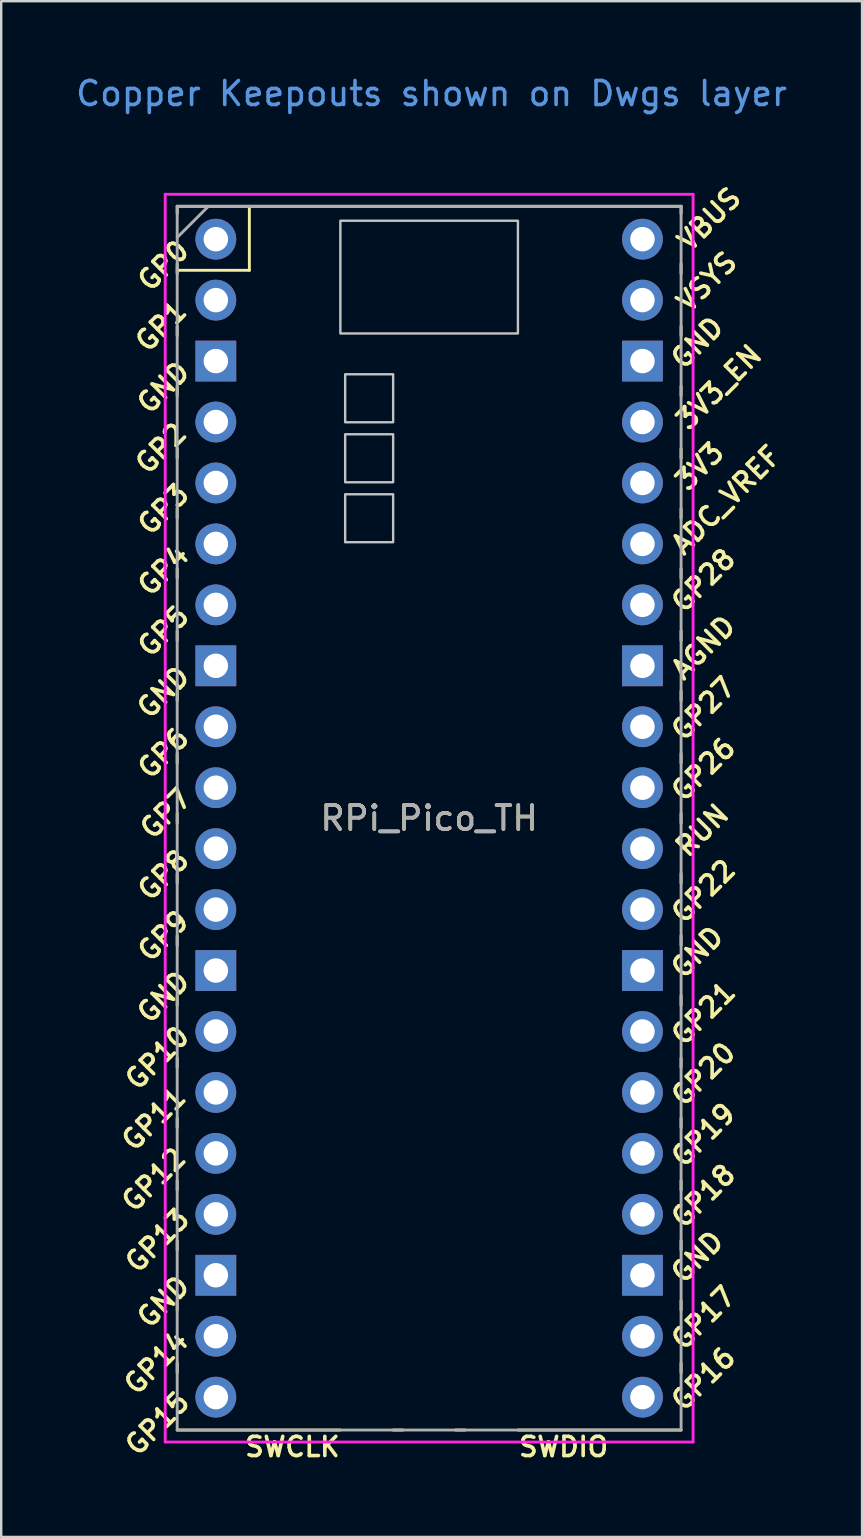
<source format=kicad_pcb>
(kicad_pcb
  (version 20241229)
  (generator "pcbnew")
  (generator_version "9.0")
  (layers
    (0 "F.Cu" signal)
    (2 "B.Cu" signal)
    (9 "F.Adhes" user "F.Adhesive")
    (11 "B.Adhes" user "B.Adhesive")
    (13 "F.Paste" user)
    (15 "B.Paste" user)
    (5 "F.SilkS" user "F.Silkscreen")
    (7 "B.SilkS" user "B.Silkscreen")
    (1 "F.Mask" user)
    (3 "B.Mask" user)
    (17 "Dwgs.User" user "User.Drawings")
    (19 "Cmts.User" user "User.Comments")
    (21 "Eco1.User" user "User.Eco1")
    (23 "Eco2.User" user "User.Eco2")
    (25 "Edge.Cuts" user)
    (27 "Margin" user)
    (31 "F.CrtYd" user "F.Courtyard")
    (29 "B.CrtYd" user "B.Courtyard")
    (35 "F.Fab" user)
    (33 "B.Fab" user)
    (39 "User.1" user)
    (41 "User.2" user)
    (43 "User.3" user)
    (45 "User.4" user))
  (footprint "RPi_Pico_TH"
    (layer "F.Cu")
    (at 14.835 31.048)
    (property "Reference" "RPi_Pico_TH" (at 0 0 180) (layer "F.SilkS") (effects (font (size 1 1) (thickness 0.15))))
    (attr through_hole)
    (fp_line (start -10.5 -25.5) (end -10.5 -25.2) (stroke (width 0.12) (type solid)) (layer "F.SilkS"))
    (fp_line (start -10.5 -25.5) (end 10.5 -25.5) (stroke (width 0.12) (type solid)) (layer "F.SilkS"))
    (fp_line (start -10.5 -23.1) (end -10.5 -22.7) (stroke (width 0.12) (type solid)) (layer "F.SilkS"))
    (fp_line (start -10.5 -22.833) (end -7.493 -22.833) (stroke (width 0.12) (type solid)) (layer "F.SilkS"))
    (fp_line (start -10.5 -20.5) (end -10.5 -20.1) (stroke (width 0.12) (type solid)) (layer "F.SilkS"))
    (fp_line (start -10.5 -18) (end -10.5 -17.6) (stroke (width 0.12) (type solid)) (layer "F.SilkS"))
    (fp_line (start -10.5 -15.4) (end -10.5 -15) (stroke (width 0.12) (type solid)) (layer "F.SilkS"))
    (fp_line (start -10.5 -12.9) (end -10.5 -12.5) (stroke (width 0.12) (type solid)) (layer "F.SilkS"))
    (fp_line (start -10.5 -10.4) (end -10.5 -10) (stroke (width 0.12) (type solid)) (layer "F.SilkS"))
    (fp_line (start -10.5 -7.8) (end -10.5 -7.4) (stroke (width 0.12) (type solid)) (layer "F.SilkS"))
    (fp_line (start -10.5 -5.3) (end -10.5 -4.9) (stroke (width 0.12) (type solid)) (layer "F.SilkS"))
    (fp_line (start -10.5 -2.7) (end -10.5 -2.3) (stroke (width 0.12) (type solid)) (layer "F.SilkS"))
    (fp_line (start -10.5 -0.2) (end -10.5 0.2) (stroke (width 0.12) (type solid)) (layer "F.SilkS"))
    (fp_line (start -10.5 2.3) (end -10.5 2.7) (stroke (width 0.12) (type solid)) (layer "F.SilkS"))
    (fp_line (start -10.5 4.9) (end -10.5 5.3) (stroke (width 0.12) (type solid)) (layer "F.SilkS"))
    (fp_line (start -10.5 7.4) (end -10.5 7.8) (stroke (width 0.12) (type solid)) (layer "F.SilkS"))
    (fp_line (start -10.5 10) (end -10.5 10.4) (stroke (width 0.12) (type solid)) (layer "F.SilkS"))
    (fp_line (start -10.5 12.5) (end -10.5 12.9) (stroke (width 0.12) (type solid)) (layer "F.SilkS"))
    (fp_line (start -10.5 15.1) (end -10.5 15.5) (stroke (width 0.12) (type solid)) (layer "F.SilkS"))
    (fp_line (start -10.5 17.6) (end -10.5 18) (stroke (width 0.12) (type solid)) (layer "F.SilkS"))
    (fp_line (start -10.5 20.1) (end -10.5 20.5) (stroke (width 0.12) (type solid)) (layer "F.SilkS"))
    (fp_line (start -10.5 22.7) (end -10.5 23.1) (stroke (width 0.12) (type solid)) (layer "F.SilkS"))
    (fp_line (start -7.493 -22.833) (end -7.493 -25.5) (stroke (width 0.12) (type solid)) (layer "F.SilkS"))
    (fp_line (start -3.7 25.5) (end -10.5 25.5) (stroke (width 0.12) (type solid)) (layer "F.SilkS"))
    (fp_line (start -1.5 25.5) (end -1.1 25.5) (stroke (width 0.12) (type solid)) (layer "F.SilkS"))
    (fp_line (start 1.1 25.5) (end 1.5 25.5) (stroke (width 0.12) (type solid)) (layer "F.SilkS"))
    (fp_line (start 10.5 -25.5) (end 10.5 -25.2) (stroke (width 0.12) (type solid)) (layer "F.SilkS"))
    (fp_line (start 10.5 -23.1) (end 10.5 -22.7) (stroke (width 0.12) (type solid)) (layer "F.SilkS"))
    (fp_line (start 10.5 -20.5) (end 10.5 -20.1) (stroke (width 0.12) (type solid)) (layer "F.SilkS"))
    (fp_line (start 10.5 -18) (end 10.5 -17.6) (stroke (width 0.12) (type solid)) (layer "F.SilkS"))
    (fp_line (start 10.5 -15.4) (end 10.5 -15) (stroke (width 0.12) (type solid)) (layer "F.SilkS"))
    (fp_line (start 10.5 -12.9) (end 10.5 -12.5) (stroke (width 0.12) (type solid)) (layer "F.SilkS"))
    (fp_line (start 10.5 -10.4) (end 10.5 -10) (stroke (width 0.12) (type solid)) (layer "F.SilkS"))
    (fp_line (start 10.5 -7.8) (end 10.5 -7.4) (stroke (width 0.12) (type solid)) (layer "F.SilkS"))
    (fp_line (start 10.5 -5.3) (end 10.5 -4.9) (stroke (width 0.12) (type solid)) (layer "F.SilkS"))
    (fp_line (start 10.5 -2.7) (end 10.5 -2.3) (stroke (width 0.12) (type solid)) (layer "F.SilkS"))
    (fp_line (start 10.5 -0.2) (end 10.5 0.2) (stroke (width 0.12) (type solid)) (layer "F.SilkS"))
    (fp_line (start 10.5 2.3) (end 10.5 2.7) (stroke (width 0.12) (type solid)) (layer "F.SilkS"))
    (fp_line (start 10.5 4.9) (end 10.5 5.3) (stroke (width 0.12) (type solid)) (layer "F.SilkS"))
    (fp_line (start 10.5 7.4) (end 10.5 7.8) (stroke (width 0.12) (type solid)) (layer "F.SilkS"))
    (fp_line (start 10.5 10) (end 10.5 10.4) (stroke (width 0.12) (type solid)) (layer "F.SilkS"))
    (fp_line (start 10.5 12.5) (end 10.5 12.9) (stroke (width 0.12) (type solid)) (layer "F.SilkS"))
    (fp_line (start 10.5 15.1) (end 10.5 15.5) (stroke (width 0.12) (type solid)) (layer "F.SilkS"))
    (fp_line (start 10.5 17.6) (end 10.5 18) (stroke (width 0.12) (type solid)) (layer "F.SilkS"))
    (fp_line (start 10.5 20.1) (end 10.5 20.5) (stroke (width 0.12) (type solid)) (layer "F.SilkS"))
    (fp_line (start 10.5 22.7) (end 10.5 23.1) (stroke (width 0.12) (type solid)) (layer "F.SilkS"))
    (fp_line (start 10.5 25.5) (end 3.7 25.5) (stroke (width 0.12) (type solid)) (layer "F.SilkS"))
    (fp_poly (pts (xy -1.5 -16.5) (xy -3.5 -16.5) (xy -3.5 -18.5) (xy -1.5 -18.5)) (stroke (width 0.1) (type solid)) (fill no) (layer "Dwgs.User"))
    (fp_poly (pts (xy -1.5 -14) (xy -3.5 -14) (xy -3.5 -16) (xy -1.5 -16)) (stroke (width 0.1) (type solid)) (fill no) (layer "Dwgs.User"))
    (fp_poly (pts (xy -1.5 -11.5) (xy -3.5 -11.5) (xy -3.5 -13.5) (xy -1.5 -13.5)) (stroke (width 0.1) (type solid)) (fill no) (layer "Dwgs.User"))
    (fp_poly (pts (xy 3.7 -20.2) (xy -3.7 -20.2) (xy -3.7 -24.9) (xy 3.7 -24.9)) (stroke (width 0.1) (type solid)) (fill no) (layer "Dwgs.User"))
    (fp_line (start -11 -26) (end 11 -26) (stroke (width 0.12) (type solid)) (layer "F.CrtYd"))
    (fp_line (start -11 26) (end -11 -26) (stroke (width 0.12) (type solid)) (layer "F.CrtYd"))
    (fp_line (start 11 -26) (end 11 26) (stroke (width 0.12) (type solid)) (layer "F.CrtYd"))
    (fp_line (start 11 26) (end -11 26) (stroke (width 0.12) (type solid)) (layer "F.CrtYd"))
    (fp_line (start -10.5 -25.5) (end 10.5 -25.5) (stroke (width 0.12) (type solid)) (layer "F.Fab"))
    (fp_line (start -10.5 -24.2) (end -9.2 -25.5) (stroke (width 0.12) (type solid)) (layer "F.Fab"))
    (fp_line (start -10.5 25.5) (end -10.5 -25.5) (stroke (width 0.12) (type solid)) (layer "F.Fab"))
    (fp_line (start 10.5 -25.5) (end 10.5 25.5) (stroke (width 0.12) (type solid)) (layer "F.Fab"))
    (fp_line (start 10.5 25.5) (end -10.5 25.5) (stroke (width 0.12) (type solid)) (layer "F.Fab"))
    (fp_text user "GP8" (at -11.076 2.37 225) (layer "F.SilkS") (effects (font (size 0.8 0.8) (thickness 0.15))))
    (fp_text user "GP12" (at -11.476 15.07 225) (layer "F.SilkS") (effects (font (size 0.8 0.8) (thickness 0.15))))
    (fp_text user "3V3" (at 11.276 -14.662 225) (layer "F.SilkS") (effects (font (size 0.8 0.8) (thickness 0.15))))
    (fp_text user "GP28" (at 11.43 -9.906 225) (layer "F.SilkS") (effects (font (size 0.8 0.8) (thickness 0.15))))
    (fp_text user "GP20" (at 11.43 10.668 225) (layer "F.SilkS") (effects (font (size 0.8 0.8) (thickness 0.15))))
    (fp_text user "GP14" (at -11.376 22.69 225) (layer "F.SilkS") (effects (font (size 0.8 0.8) (thickness 0.15))))
    (fp_text user "GND" (at -11.076 -17.95 225) (layer "F.SilkS") (effects (font (size 0.8 0.8) (thickness 0.15))))
    (fp_text user "VBUS" (at 11.676 -24.962 225) (layer "F.SilkS") (effects (font (size 0.8 0.8) (thickness 0.15))))
    (fp_text user "SWCLK" (at -5.7 26.2 180) (layer "F.SilkS") (effects (font (size 0.8 0.8) (thickness 0.15))))
    (fp_text user "GP19" (at 11.43 13.208 225) (layer "F.SilkS") (effects (font (size 0.8 0.8) (thickness 0.15))))
    (fp_text user "GP0" (at -11.076 -23.03 225) (layer "F.SilkS") (effects (font (size 0.8 0.8) (thickness 0.15))))
    (fp_text user "GP3" (at -11.076 -12.87 225) (layer "F.SilkS") (effects (font (size 0.8 0.8) (thickness 0.15))))
    (fp_text user "GND" (at -11.076 -5.25 225) (layer "F.SilkS") (effects (font (size 0.8 0.8) (thickness 0.15))))
    (fp_text user "VSYS" (at 11.576 -22.352 225) (layer "F.SilkS") (effects (font (size 0.8 0.8) (thickness 0.15))))
    (fp_text user "ADC_VREF" (at 12.376 -13.262 225) (layer "F.SilkS") (effects (font (size 0.8 0.8) (thickness 0.15))))
    (fp_text user "GP13" (at -11.33 17.61 225) (layer "F.SilkS") (effects (font (size 0.8 0.8) (thickness 0.15))))
    (fp_text user "GP5" (at -11.076 -7.79 225) (layer "F.SilkS") (effects (font (size 0.8 0.8) (thickness 0.15))))
    (fp_text user "GP18" (at 11.43 15.748 225) (layer "F.SilkS") (effects (font (size 0.8 0.8) (thickness 0.15))))
    (fp_text user "GP11" (at -11.476 12.53 225) (layer "F.SilkS") (effects (font (size 0.8 0.8) (thickness 0.15))))
    (fp_text user "GP4" (at -11.076 -10.33 225) (layer "F.SilkS") (effects (font (size 0.8 0.8) (thickness 0.15))))
    (fp_text user "GP9" (at -11.076 4.91 225) (layer "F.SilkS") (effects (font (size 0.8 0.8) (thickness 0.15))))
    (fp_text user "GP2" (at -11.176 -15.41 225) (layer "F.SilkS") (effects (font (size 0.8 0.8) (thickness 0.15))))
    (fp_text user "GND" (at 11.176 -19.812 225) (layer "F.SilkS") (effects (font (size 0.8 0.8) (thickness 0.15))))
    (fp_text user "GP6" (at -11.076 -2.71 225) (layer "F.SilkS") (effects (font (size 0.8 0.8) (thickness 0.15))))
    (fp_text user "RUN" (at 11.376 0.508 225) (layer "F.SilkS") (effects (font (size 0.8 0.8) (thickness 0.15))))
    (fp_text user "GP7" (at -10.976 -0.2 225) (layer "F.SilkS") (effects (font (size 0.8 0.8) (thickness 0.15))))
    (fp_text user "GP17" (at 11.43 20.828 225) (layer "F.SilkS") (effects (font (size 0.8 0.8) (thickness 0.15))))
    (fp_text user "GND" (at -11.076 7.45 225) (layer "F.SilkS") (effects (font (size 0.8 0.8) (thickness 0.15))))
    (fp_text user "SWDIO" (at 5.6 26.2 180) (layer "F.SilkS") (effects (font (size 0.8 0.8) (thickness 0.15))))
    (fp_text user "GP22" (at 11.43 3.048 225) (layer "F.SilkS") (effects (font (size 0.8 0.8) (thickness 0.15))))
    (fp_text user "3V3_EN" (at 12.076 -17.962 225) (layer "F.SilkS") (effects (font (size 0.8 0.8) (thickness 0.15))))
    (fp_text user "GND" (at 11.176 5.588 225) (layer "F.SilkS") (effects (font (size 0.8 0.8) (thickness 0.15))))
    (fp_text user "GP21" (at 11.43 8.138 225) (layer "F.SilkS") (effects (font (size 0.8 0.8) (thickness 0.15))))
    (fp_text user "GP26" (at 11.43 -2.032 225) (layer "F.SilkS") (effects (font (size 0.8 0.8) (thickness 0.15))))
    (fp_text user "GP10" (at -11.33 9.99 225) (layer "F.SilkS") (effects (font (size 0.8 0.8) (thickness 0.15))))
    (fp_text user "GP1" (at -11.176 -20.5 225) (layer "F.SilkS") (effects (font (size 0.8 0.8) (thickness 0.15))))
    (fp_text user "GP16" (at 11.43 23.368 225) (layer "F.SilkS") (effects (font (size 0.8 0.8) (thickness 0.15))))
    (fp_text user "GND" (at -11.076 20.15 225) (layer "F.SilkS") (effects (font (size 0.8 0.8) (thickness 0.15))))
    (fp_text user "GP27" (at 11.43 -4.562 225) (layer "F.SilkS") (effects (font (size 0.8 0.8) (thickness 0.15))))
    (fp_text user "AGND" (at 11.43 -7.112 225) (layer "F.SilkS") (effects (font (size 0.8 0.8) (thickness 0.15))))
    (fp_text user "GND" (at 11.176 18.288 225) (layer "F.SilkS") (effects (font (size 0.8 0.8) (thickness 0.15))))
    (fp_text user "GP15" (at -11.33 25.23 225) (layer "F.SilkS") (effects (font (size 0.8 0.8) (thickness 0.15))))
    (fp_text user "Copper Keepouts shown on Dwgs layer" (at 0.1 -30.2 180) (layer "Cmts.User") (effects (font (size 1 1) (thickness 0.15))))
    (fp_text user "${REFERENCE}" (at 0 0 180) (layer "F.Fab") (effects (font (size 1 1) (thickness 0.15))))
    (pad "1" thru_hole oval (at -8.89 -24.13) (size 1.7 1.7) (drill 1.02) (layers "*.Cu" "*.Mask"))
    (pad "2" thru_hole oval (at -8.89 -21.59) (size 1.7 1.7) (drill 1.02) (layers "*.Cu" "*.Mask"))
    (pad "3" thru_hole rect (at -8.89 -19.05) (size 1.7 1.7) (drill 1.02) (layers "*.Cu" "*.Mask"))
    (pad "4" thru_hole oval (at -8.89 -16.51) (size 1.7 1.7) (drill 1.02) (layers "*.Cu" "*.Mask"))
    (pad "5" thru_hole oval (at -8.89 -13.97) (size 1.7 1.7) (drill 1.02) (layers "*.Cu" "*.Mask"))
    (pad "6" thru_hole oval (at -8.89 -11.43) (size 1.7 1.7) (drill 1.02) (layers "*.Cu" "*.Mask"))
    (pad "7" thru_hole oval (at -8.89 -8.89) (size 1.7 1.7) (drill 1.02) (layers "*.Cu" "*.Mask"))
    (pad "8" thru_hole rect (at -8.89 -6.35) (size 1.7 1.7) (drill 1.02) (layers "*.Cu" "*.Mask"))
    (pad "9" thru_hole oval (at -8.89 -3.81) (size 1.7 1.7) (drill 1.02) (layers "*.Cu" "*.Mask"))
    (pad "10" thru_hole oval (at -8.89 -1.27) (size 1.7 1.7) (drill 1.02) (layers "*.Cu" "*.Mask"))
    (pad "11" thru_hole oval (at -8.89 1.27) (size 1.7 1.7) (drill 1.02) (layers "*.Cu" "*.Mask"))
    (pad "12" thru_hole oval (at -8.89 3.81) (size 1.7 1.7) (drill 1.02) (layers "*.Cu" "*.Mask"))
    (pad "13" thru_hole rect (at -8.89 6.35) (size 1.7 1.7) (drill 1.02) (layers "*.Cu" "*.Mask"))
    (pad "14" thru_hole oval (at -8.89 8.89) (size 1.7 1.7) (drill 1.02) (layers "*.Cu" "*.Mask"))
    (pad "15" thru_hole oval (at -8.89 11.43) (size 1.7 1.7) (drill 1.02) (layers "*.Cu" "*.Mask"))
    (pad "16" thru_hole oval (at -8.89 13.97) (size 1.7 1.7) (drill 1.02) (layers "*.Cu" "*.Mask"))
    (pad "17" thru_hole oval (at -8.89 16.51) (size 1.7 1.7) (drill 1.02) (layers "*.Cu" "*.Mask"))
    (pad "18" thru_hole rect (at -8.89 19.05) (size 1.7 1.7) (drill 1.02) (layers "*.Cu" "*.Mask"))
    (pad "19" thru_hole oval (at -8.89 21.59) (size 1.7 1.7) (drill 1.02) (layers "*.Cu" "*.Mask"))
    (pad "20" thru_hole oval (at -8.89 24.13) (size 1.7 1.7) (drill 1.02) (layers "*.Cu" "*.Mask"))
    (pad "21" thru_hole oval (at 8.89 24.13) (size 1.7 1.7) (drill 1.02) (layers "*.Cu" "*.Mask"))
    (pad "22" thru_hole oval (at 8.89 21.59) (size 1.7 1.7) (drill 1.02) (layers "*.Cu" "*.Mask"))
    (pad "23" thru_hole rect (at 8.89 19.05) (size 1.7 1.7) (drill 1.02) (layers "*.Cu" "*.Mask"))
    (pad "24" thru_hole oval (at 8.89 16.51) (size 1.7 1.7) (drill 1.02) (layers "*.Cu" "*.Mask"))
    (pad "25" thru_hole oval (at 8.89 13.97) (size 1.7 1.7) (drill 1.02) (layers "*.Cu" "*.Mask"))
    (pad "26" thru_hole oval (at 8.89 11.43) (size 1.7 1.7) (drill 1.02) (layers "*.Cu" "*.Mask"))
    (pad "27" thru_hole oval (at 8.89 8.89) (size 1.7 1.7) (drill 1.02) (layers "*.Cu" "*.Mask"))
    (pad "28" thru_hole rect (at 8.89 6.35) (size 1.7 1.7) (drill 1.02) (layers "*.Cu" "*.Mask"))
    (pad "29" thru_hole oval (at 8.89 3.81) (size 1.7 1.7) (drill 1.02) (layers "*.Cu" "*.Mask"))
    (pad "30" thru_hole oval (at 8.89 1.27) (size 1.7 1.7) (drill 1.02) (layers "*.Cu" "*.Mask"))
    (pad "31" thru_hole oval (at 8.89 -1.27) (size 1.7 1.7) (drill 1.02) (layers "*.Cu" "*.Mask"))
    (pad "32" thru_hole oval (at 8.89 -3.81) (size 1.7 1.7) (drill 1.02) (layers "*.Cu" "*.Mask"))
    (pad "33" thru_hole rect (at 8.89 -6.35) (size 1.7 1.7) (drill 1.02) (layers "*.Cu" "*.Mask"))
    (pad "34" thru_hole oval (at 8.89 -8.89) (size 1.7 1.7) (drill 1.02) (layers "*.Cu" "*.Mask"))
    (pad "35" thru_hole oval (at 8.89 -11.43) (size 1.7 1.7) (drill 1.02) (layers "*.Cu" "*.Mask"))
    (pad "36" thru_hole oval (at 8.89 -13.97) (size 1.7 1.7) (drill 1.02) (layers "*.Cu" "*.Mask"))
    (pad "37" thru_hole oval (at 8.89 -16.51) (size 1.7 1.7) (drill 1.02) (layers "*.Cu" "*.Mask"))
    (pad "38" thru_hole rect (at 8.89 -19.05) (size 1.7 1.7) (drill 1.02) (layers "*.Cu" "*.Mask"))
    (pad "39" thru_hole oval (at 8.89 -21.59) (size 1.7 1.7) (drill 1.02) (layers "*.Cu" "*.Mask"))
    (pad "40" thru_hole oval (at 8.89 -24.13) (size 1.7 1.7) (drill 1.02) (layers "*.Cu" "*.Mask")))
  (gr_rect
    (start -3 -3)
    (end 32.877 61.002)
    (stroke (width 0.1) (type default))
    (fill no)
    (layer "Edge.Cuts")))
</source>
